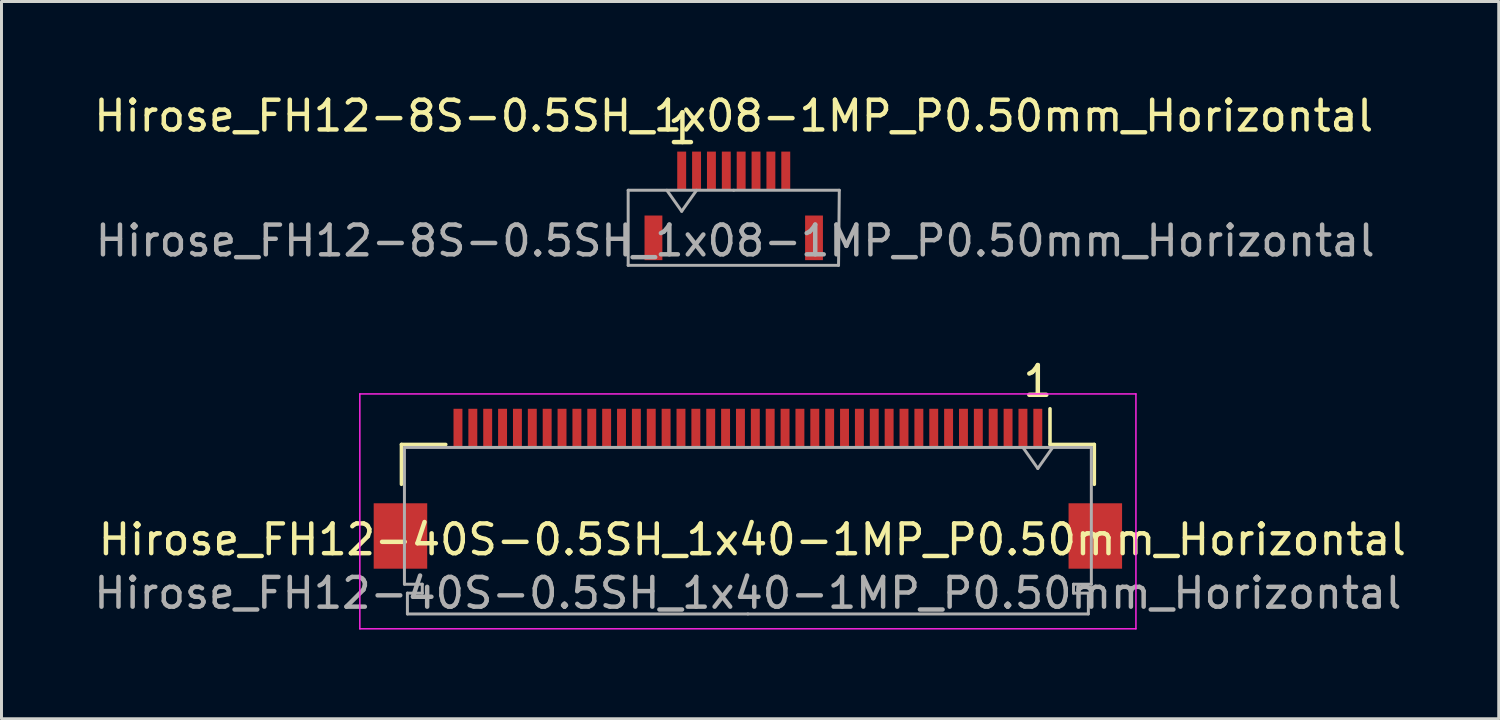
<source format=kicad_pcb>
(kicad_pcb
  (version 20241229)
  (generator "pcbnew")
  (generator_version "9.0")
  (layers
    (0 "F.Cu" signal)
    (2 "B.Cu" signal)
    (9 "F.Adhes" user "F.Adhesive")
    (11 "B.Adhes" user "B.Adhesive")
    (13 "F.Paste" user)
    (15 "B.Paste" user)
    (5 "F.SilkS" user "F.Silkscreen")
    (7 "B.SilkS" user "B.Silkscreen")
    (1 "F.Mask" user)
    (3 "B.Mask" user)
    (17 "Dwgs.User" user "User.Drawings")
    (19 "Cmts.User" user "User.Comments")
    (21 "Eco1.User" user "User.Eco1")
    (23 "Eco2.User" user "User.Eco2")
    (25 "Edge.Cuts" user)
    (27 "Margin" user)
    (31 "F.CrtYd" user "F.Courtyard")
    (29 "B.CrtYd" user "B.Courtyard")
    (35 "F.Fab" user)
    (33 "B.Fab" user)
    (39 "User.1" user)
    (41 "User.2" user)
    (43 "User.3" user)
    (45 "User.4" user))
  (footprint "Hirose_FH12-8S-0.5SH_1x08-1MP_P0.50mm_Horizontal"
    (layer "F.Cu")
    (at 21.625 4.548)
    (property "Reference" "Hirose_FH12-8S-0.5SH_1x08-1MP_P0.50mm_Horizontal" (at 0 -3.7 0) (layer "F.SilkS") (effects (font (size 1 1) (thickness 0.15))))
    (attr smd)
    (fp_line (start -3.55 -1.2) (end -3.55 1.325) (stroke (width 0.1) (type solid)) (layer "F.Fab"))
    (fp_line (start -3.55 1.325) (end 3.525 1.325) (stroke (width 0.1) (type solid)) (layer "F.Fab"))
    (fp_line (start -2.25 -1.2) (end -1.75 -0.493) (stroke (width 0.1) (type solid)) (layer "F.Fab"))
    (fp_line (start -1.75 -0.493) (end -1.25 -1.2) (stroke (width 0.1) (type solid)) (layer "F.Fab"))
    (fp_line (start 0 -1.2) (end -3.55 -1.2) (stroke (width 0.1) (type solid)) (layer "F.Fab"))
    (fp_line (start 0 -1.2) (end 3.55 -1.2) (stroke (width 0.1) (type solid)) (layer "F.Fab"))
    (fp_line (start 3.55 -1.2) (end 3.525 1.325) (stroke (width 0.1) (type solid)) (layer "F.Fab"))
    (fp_text user "1" (at -1.725 -3.275 0) (layer "F.SilkS") (effects (font (size 1 1) (thickness 0.15))))
    (fp_text user "${REFERENCE}" (at 0.05 0.5 0) (layer "F.Fab") (effects (font (size 1 1) (thickness 0.15))))
    (pad "1" smd rect (at -1.75 -1.85) (size 0.3 1.3) (layers "F.Cu" "F.Mask" "F.Paste"))
    (pad "2" smd rect (at -1.25 -1.85) (size 0.3 1.3) (layers "F.Cu" "F.Mask" "F.Paste"))
    (pad "3" smd rect (at -0.75 -1.85) (size 0.3 1.3) (layers "F.Cu" "F.Mask" "F.Paste"))
    (pad "4" smd rect (at -0.25 -1.85) (size 0.3 1.3) (layers "F.Cu" "F.Mask" "F.Paste"))
    (pad "5" smd rect (at 0.25 -1.85) (size 0.3 1.3) (layers "F.Cu" "F.Mask" "F.Paste"))
    (pad "6" smd rect (at 0.75 -1.85) (size 0.3 1.3) (layers "F.Cu" "F.Mask" "F.Paste"))
    (pad "7" smd rect (at 1.25 -1.85) (size 0.3 1.3) (layers "F.Cu" "F.Mask" "F.Paste"))
    (pad "8" smd rect (at 1.75 -1.85) (size 0.3 1.3) (layers "F.Cu" "F.Mask" "F.Paste"))
    (pad "9" smd rect (at -2.7 0.4) (size 0.6 1.5) (layers "F.Cu" "F.Mask" "F.Paste"))
    (pad "10" smd rect (at 2.7 0.4) (size 0.6 1.5) (layers "F.Cu" "F.Mask" "F.Paste")))
  (footprint "Hirose_FH12-40S-0.5SH_1x40-1MP_P0.50mm_Horizontal"
    (layer "F.Cu")
    (at 30.151 13.197)
    (property "Reference" "Hirose_FH12-40S-0.5SH_1x40-1MP_P0.50mm_Horizontal" (at -7.9 1.9 0) (layer "F.SilkS") (effects (font (size 1 1) (thickness 0.15))))
    (attr smd)
    (fp_line (start -19.7 -1.3) (end -19.7 0.04) (stroke (width 0.12) (type solid)) (layer "F.SilkS"))
    (fp_line (start -18.21 -1.3) (end -19.7 -1.3) (stroke (width 0.12) (type solid)) (layer "F.SilkS"))
    (fp_line (start 2.11 -1.3) (end 2.11 -2.5) (stroke (width 0.12) (type solid)) (layer "F.SilkS"))
    (fp_line (start 2.11 -1.3) (end 3.6 -1.3) (stroke (width 0.12) (type solid)) (layer "F.SilkS"))
    (fp_line (start 3.6 -1.3) (end 3.6 0.04) (stroke (width 0.12) (type solid)) (layer "F.SilkS"))
    (fp_line (start -21.1 -3) (end 5 -3) (stroke (width 0.05) (type solid)) (layer "F.CrtYd"))
    (fp_line (start -21.1 4.9) (end -21.1 -3) (stroke (width 0.05) (type solid)) (layer "F.CrtYd"))
    (fp_line (start 5 -3) (end 5 4.9) (stroke (width 0.05) (type solid)) (layer "F.CrtYd"))
    (fp_line (start 5 4.9) (end -21.1 4.9) (stroke (width 0.05) (type solid)) (layer "F.CrtYd"))
    (fp_line (start -19.6 -1.2) (end -19.6 3.4) (stroke (width 0.1) (type solid)) (layer "F.Fab"))
    (fp_line (start -19.6 3.4) (end -19 3.4) (stroke (width 0.1) (type solid)) (layer "F.Fab"))
    (fp_line (start -19.5 3.7) (end -19.5 4.4) (stroke (width 0.1) (type solid)) (layer "F.Fab"))
    (fp_line (start -19.5 4.4) (end -8.05 4.4) (stroke (width 0.1) (type solid)) (layer "F.Fab"))
    (fp_line (start -19 3.4) (end -19 3.7) (stroke (width 0.1) (type solid)) (layer "F.Fab"))
    (fp_line (start -19 3.7) (end -19.5 3.7) (stroke (width 0.1) (type solid)) (layer "F.Fab"))
    (fp_line (start -8.05 -1.2) (end -19.6 -1.2) (stroke (width 0.1) (type solid)) (layer "F.Fab"))
    (fp_line (start -8.05 -1.2) (end 3.5 -1.2) (stroke (width 0.1) (type solid)) (layer "F.Fab"))
    (fp_line (start 1.7 -0.493) (end 1.2 -1.2) (stroke (width 0.1) (type solid)) (layer "F.Fab"))
    (fp_line (start 2.2 -1.2) (end 1.7 -0.493) (stroke (width 0.1) (type solid)) (layer "F.Fab"))
    (fp_line (start 2.9 3.4) (end 2.9 3.7) (stroke (width 0.1) (type solid)) (layer "F.Fab"))
    (fp_line (start 2.9 3.7) (end 3.4 3.7) (stroke (width 0.1) (type solid)) (layer "F.Fab"))
    (fp_line (start 3.4 3.7) (end 3.4 4.4) (stroke (width 0.1) (type solid)) (layer "F.Fab"))
    (fp_line (start 3.4 4.4) (end -8.05 4.4) (stroke (width 0.1) (type solid)) (layer "F.Fab"))
    (fp_line (start 3.5 -1.2) (end 3.5 3.4) (stroke (width 0.1) (type solid)) (layer "F.Fab"))
    (fp_line (start 3.5 3.4) (end 2.9 3.4) (stroke (width 0.1) (type solid)) (layer "F.Fab"))
    (fp_text user "1" (at 1.7 -3.425 0) (layer "F.SilkS") (effects (font (size 1 1) (thickness 0.15))))
    (fp_text user "${REFERENCE}" (at -8.05 3.7 0) (layer "F.Fab") (effects (font (size 1 1) (thickness 0.15))))
    (pad "1" smd rect (at 1.7 -1.85) (size 0.3 1.3) (layers "F.Cu" "F.Mask" "F.Paste"))
    (pad "2" smd rect (at 1.2 -1.85) (size 0.3 1.3) (layers "F.Cu" "F.Mask" "F.Paste"))
    (pad "3" smd rect (at 0.7 -1.85) (size 0.3 1.3) (layers "F.Cu" "F.Mask" "F.Paste"))
    (pad "4" smd rect (at 0.2 -1.85) (size 0.3 1.3) (layers "F.Cu" "F.Mask" "F.Paste"))
    (pad "5" smd rect (at -0.3 -1.85) (size 0.3 1.3) (layers "F.Cu" "F.Mask" "F.Paste"))
    (pad "6" smd rect (at -0.8 -1.85) (size 0.3 1.3) (layers "F.Cu" "F.Mask" "F.Paste"))
    (pad "7" smd rect (at -1.3 -1.85) (size 0.3 1.3) (layers "F.Cu" "F.Mask" "F.Paste"))
    (pad "8" smd rect (at -1.8 -1.85) (size 0.3 1.3) (layers "F.Cu" "F.Mask" "F.Paste"))
    (pad "9" smd rect (at -2.3 -1.85) (size 0.3 1.3) (layers "F.Cu" "F.Mask" "F.Paste"))
    (pad "10" smd rect (at -2.8 -1.85) (size 0.3 1.3) (layers "F.Cu" "F.Mask" "F.Paste"))
    (pad "11" smd rect (at -3.3 -1.85) (size 0.3 1.3) (layers "F.Cu" "F.Mask" "F.Paste"))
    (pad "12" smd rect (at -3.8 -1.85) (size 0.3 1.3) (layers "F.Cu" "F.Mask" "F.Paste"))
    (pad "13" smd rect (at -4.3 -1.85) (size 0.3 1.3) (layers "F.Cu" "F.Mask" "F.Paste"))
    (pad "14" smd rect (at -4.8 -1.85) (size 0.3 1.3) (layers "F.Cu" "F.Mask" "F.Paste"))
    (pad "15" smd rect (at -5.3 -1.85) (size 0.3 1.3) (layers "F.Cu" "F.Mask" "F.Paste"))
    (pad "16" smd rect (at -5.8 -1.85) (size 0.3 1.3) (layers "F.Cu" "F.Mask" "F.Paste"))
    (pad "17" smd rect (at -6.3 -1.85) (size 0.3 1.3) (layers "F.Cu" "F.Mask" "F.Paste"))
    (pad "18" smd rect (at -6.8 -1.85) (size 0.3 1.3) (layers "F.Cu" "F.Mask" "F.Paste"))
    (pad "19" smd rect (at -7.3 -1.85) (size 0.3 1.3) (layers "F.Cu" "F.Mask" "F.Paste"))
    (pad "20" smd rect (at -7.8 -1.85) (size 0.3 1.3) (layers "F.Cu" "F.Mask" "F.Paste"))
    (pad "21" smd rect (at -8.3 -1.85) (size 0.3 1.3) (layers "F.Cu" "F.Mask" "F.Paste"))
    (pad "22" smd rect (at -8.8 -1.85) (size 0.3 1.3) (layers "F.Cu" "F.Mask" "F.Paste"))
    (pad "23" smd rect (at -9.3 -1.85) (size 0.3 1.3) (layers "F.Cu" "F.Mask" "F.Paste"))
    (pad "24" smd rect (at -9.8 -1.85) (size 0.3 1.3) (layers "F.Cu" "F.Mask" "F.Paste"))
    (pad "25" smd rect (at -10.3 -1.85) (size 0.3 1.3) (layers "F.Cu" "F.Mask" "F.Paste"))
    (pad "26" smd rect (at -10.8 -1.85) (size 0.3 1.3) (layers "F.Cu" "F.Mask" "F.Paste"))
    (pad "27" smd rect (at -11.3 -1.85) (size 0.3 1.3) (layers "F.Cu" "F.Mask" "F.Paste"))
    (pad "28" smd rect (at -11.8 -1.85) (size 0.3 1.3) (layers "F.Cu" "F.Mask" "F.Paste"))
    (pad "29" smd rect (at -12.3 -1.85) (size 0.3 1.3) (layers "F.Cu" "F.Mask" "F.Paste"))
    (pad "30" smd rect (at -12.8 -1.85) (size 0.3 1.3) (layers "F.Cu" "F.Mask" "F.Paste"))
    (pad "31" smd rect (at -13.3 -1.85) (size 0.3 1.3) (layers "F.Cu" "F.Mask" "F.Paste"))
    (pad "32" smd rect (at -13.8 -1.85) (size 0.3 1.3) (layers "F.Cu" "F.Mask" "F.Paste"))
    (pad "33" smd rect (at -14.3 -1.85) (size 0.3 1.3) (layers "F.Cu" "F.Mask" "F.Paste"))
    (pad "34" smd rect (at -14.8 -1.85) (size 0.3 1.3) (layers "F.Cu" "F.Mask" "F.Paste"))
    (pad "35" smd rect (at -15.3 -1.85) (size 0.3 1.3) (layers "F.Cu" "F.Mask" "F.Paste"))
    (pad "36" smd rect (at -15.8 -1.85) (size 0.3 1.3) (layers "F.Cu" "F.Mask" "F.Paste"))
    (pad "37" smd rect (at -16.3 -1.85) (size 0.3 1.3) (layers "F.Cu" "F.Mask" "F.Paste"))
    (pad "38" smd rect (at -16.8 -1.85) (size 0.3 1.3) (layers "F.Cu" "F.Mask" "F.Paste"))
    (pad "39" smd rect (at -17.3 -1.85) (size 0.3 1.3) (layers "F.Cu" "F.Mask" "F.Paste"))
    (pad "40" smd rect (at -17.8 -1.85) (size 0.3 1.3) (layers "F.Cu" "F.Mask" "F.Paste"))
    (pad "41" smd rect (at -19.734 1.778) (size 1.8 2.2) (layers "F.Cu" "F.Mask" "F.Paste"))
    (pad "42" smd rect (at 3.634 1.778) (size 1.8 2.2) (layers "F.Cu" "F.Mask" "F.Paste")))
  (gr_rect
    (start -3 -3)
    (end 47.352 21.122)
    (stroke (width 0.1) (type default))
    (fill no)
    (layer "Edge.Cuts")))
</source>
